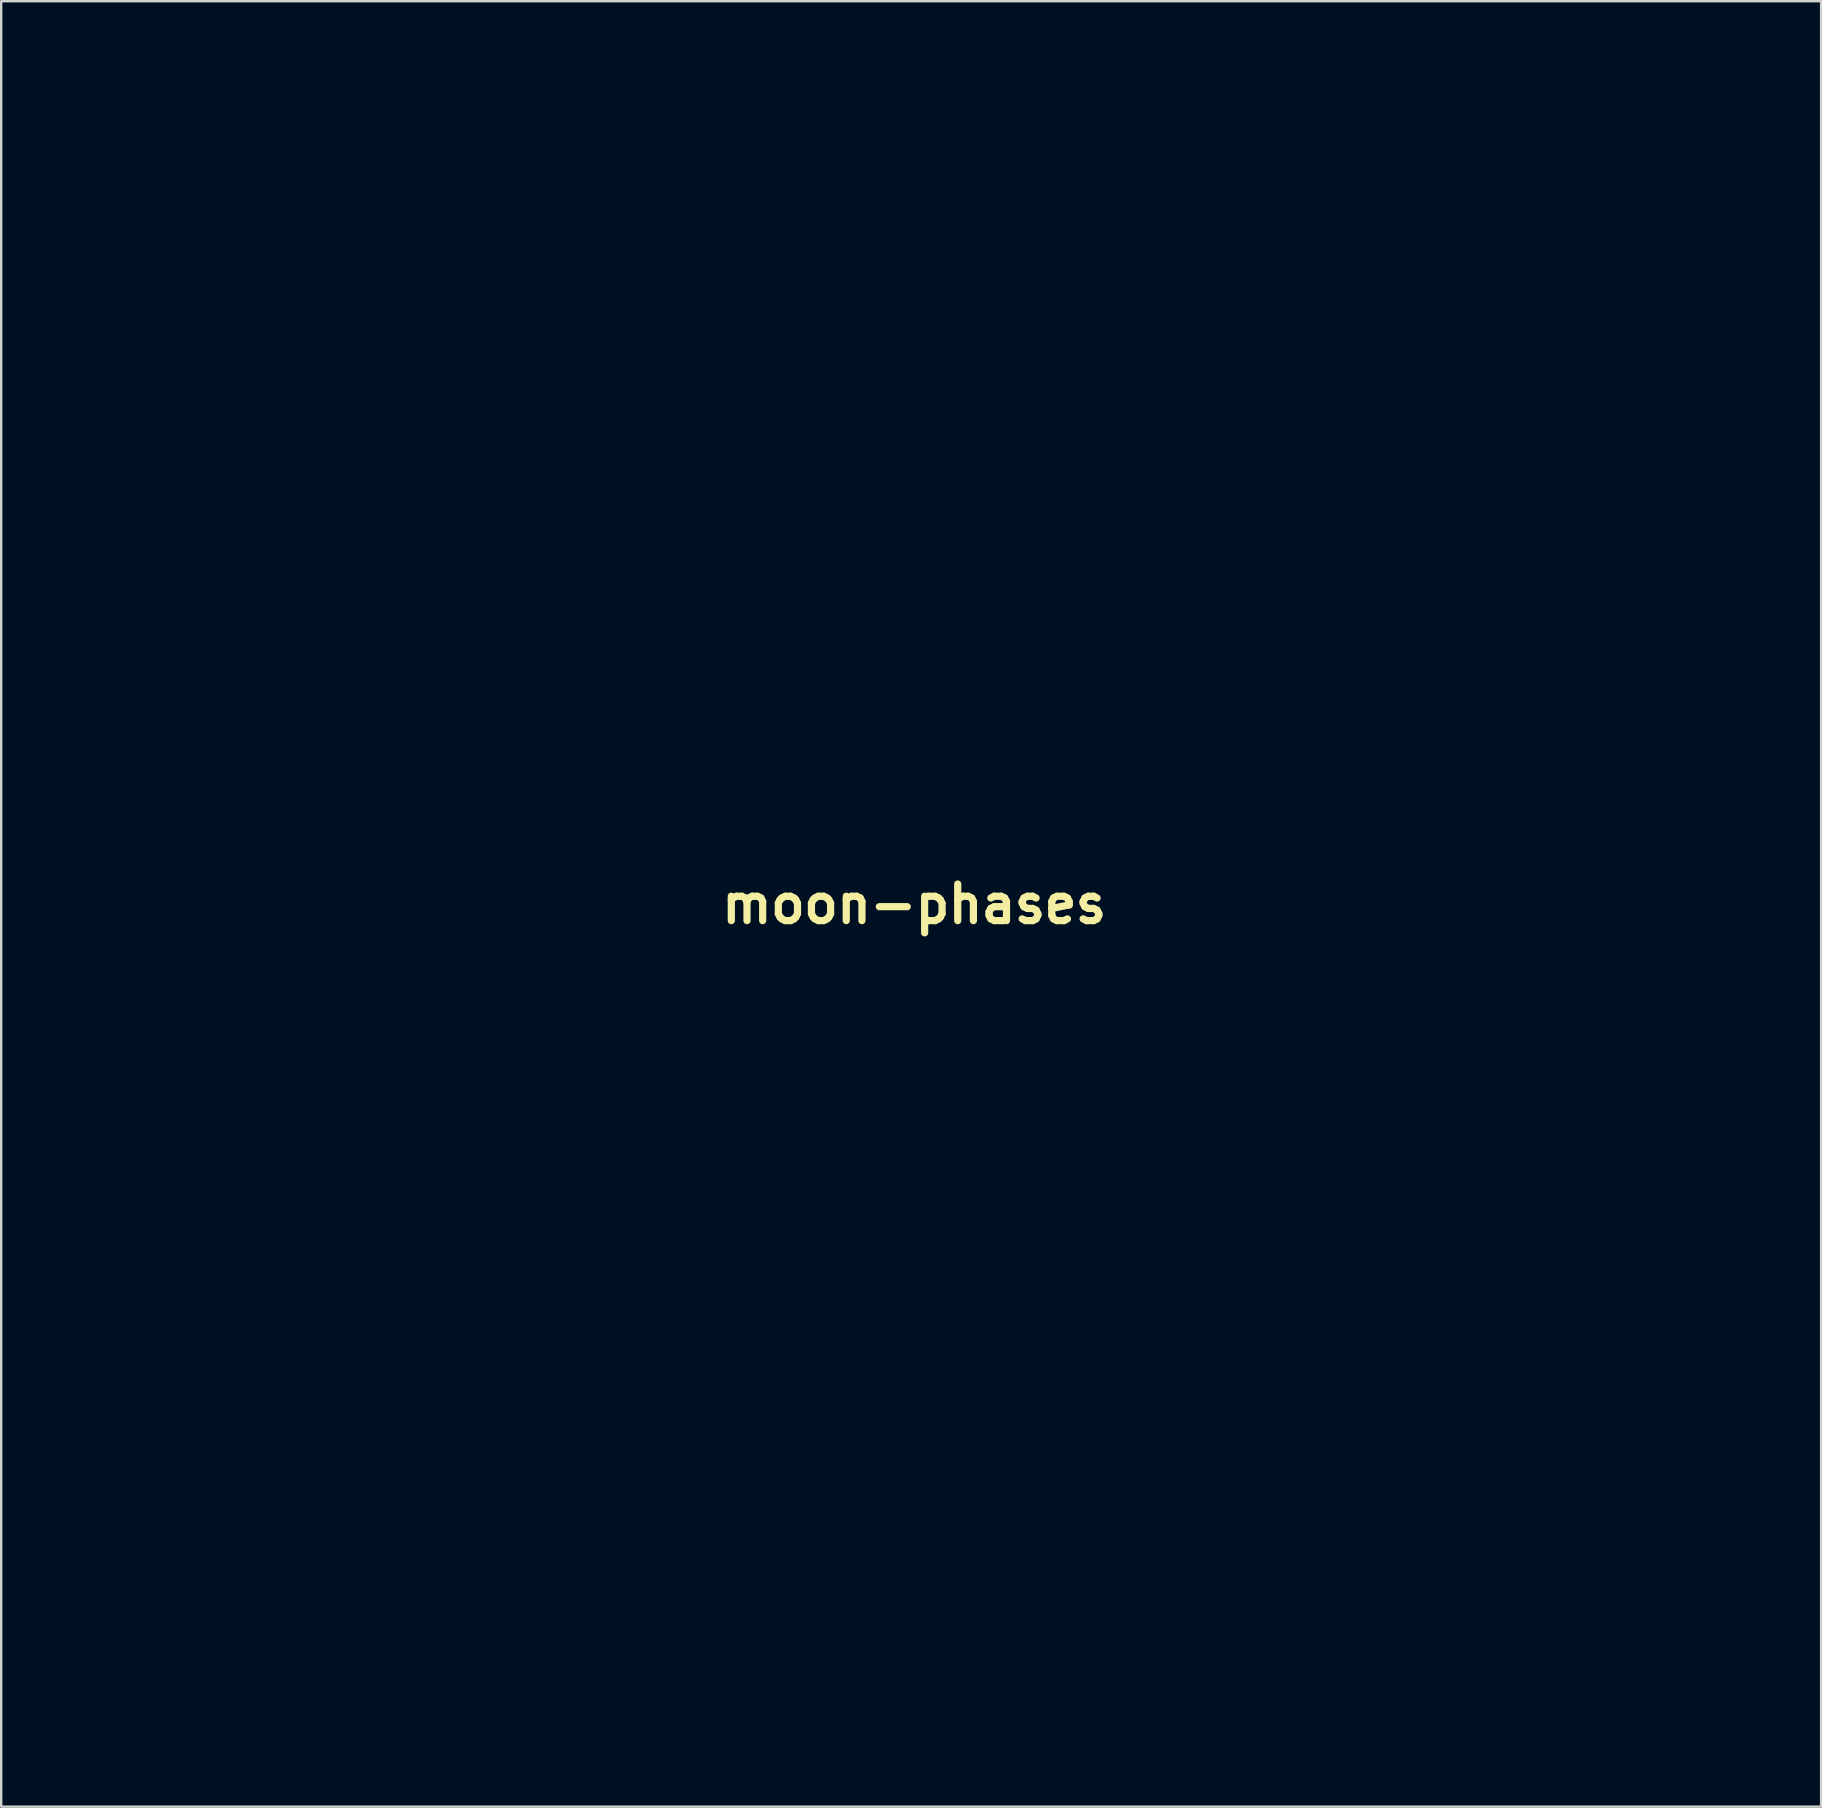
<source format=kicad_pcb>
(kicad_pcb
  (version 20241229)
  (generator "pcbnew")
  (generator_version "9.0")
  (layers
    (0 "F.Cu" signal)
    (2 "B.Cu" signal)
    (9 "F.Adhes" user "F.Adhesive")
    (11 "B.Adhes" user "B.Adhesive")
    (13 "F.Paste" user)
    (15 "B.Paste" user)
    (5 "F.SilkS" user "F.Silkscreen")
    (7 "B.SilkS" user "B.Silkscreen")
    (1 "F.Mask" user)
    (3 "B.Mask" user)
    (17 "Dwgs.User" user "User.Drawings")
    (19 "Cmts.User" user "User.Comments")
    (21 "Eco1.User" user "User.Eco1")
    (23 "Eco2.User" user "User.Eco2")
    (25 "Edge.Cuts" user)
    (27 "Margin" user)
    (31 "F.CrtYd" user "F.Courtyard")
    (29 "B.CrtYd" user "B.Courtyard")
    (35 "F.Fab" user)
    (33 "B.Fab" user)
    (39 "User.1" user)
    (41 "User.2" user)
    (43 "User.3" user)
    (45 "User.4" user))
  (footprint "moon-phases"
    (layer "F.Cu")
    (at 35.043 34.622)
    (property "Reference" "moon-phases" (at 0 0 0) (layer "F.SilkS") (effects (font (size 1.524 1.524) (thickness 0.3))))
    (attr through_hole)
    (fp_poly (pts (xy 1.001 -34.494) (xy 1.852 -34.223) (xy 2.662 -33.806) (xy 3.411 -33.241) (xy 3.643 -33.022) (xy 4.257 -32.295) (xy 4.724 -31.503) (xy 5.042 -30.664) (xy 5.214 -29.795) (xy 5.237 -28.914) (xy 5.113 -28.038) (xy 4.842 -27.186) (xy 4.422 -26.374) (xy 3.855 -25.621) (xy 3.64 -25.392) (xy 2.914 -24.778) (xy 2.108 -24.309) (xy 1.24 -23.988) (xy 0.328 -23.822) (xy -0.612 -23.814) (xy -1.355 -23.923) (xy -2.176 -24.181) (xy -2.967 -24.589) (xy -3.695 -25.127) (xy -3.978 -25.392) (xy -4.593 -26.122) (xy -5.06 -26.917) (xy -5.38 -27.758) (xy -5.552 -28.628) (xy -5.576 -29.51) (xy -5.453 -30.384) (xy -5.182 -31.235) (xy -4.763 -32.045) (xy -4.197 -32.794) (xy -3.981 -33.022) (xy -3.255 -33.635) (xy -2.463 -34.102) (xy -1.624 -34.421) (xy -0.755 -34.592) (xy 0.126 -34.617) (xy 1.001 -34.494)) (stroke (width 0.01) (type solid)) (fill no) (layer "Eco2.User"))
    (fp_poly (pts (xy -28.715 -5.42) (xy -27.844 -5.187) (xy -27.033 -4.816) (xy -26.296 -4.322) (xy -25.649 -3.718) (xy -25.105 -3.019) (xy -24.678 -2.239) (xy -24.383 -1.393) (xy -24.233 -0.493) (xy -24.218 -0.085) (xy -24.297 0.84) (xy -24.526 1.709) (xy -24.89 2.513) (xy -25.374 3.238) (xy -25.965 3.874) (xy -26.649 4.409) (xy -27.41 4.832) (xy -28.235 5.132) (xy -29.109 5.296) (xy -30.018 5.314) (xy -30.542 5.241) (xy -29.464 5.241) (xy -29.02 5.196) (xy -28.664 5.143) (xy -28.272 5.064) (xy -28.109 5.023) (xy -27.356 4.734) (xy -26.641 4.299) (xy -25.986 3.743) (xy -25.415 3.087) (xy -24.953 2.355) (xy -24.631 1.598) (xy -24.539 1.29) (xy -24.479 1) (xy -24.444 0.679) (xy -24.429 0.275) (xy -24.426 -0.085) (xy -24.455 -0.834) (xy -24.55 -1.472) (xy -24.724 -2.046) (xy -24.992 -2.605) (xy -25.229 -2.995) (xy -25.813 -3.746) (xy -26.494 -4.366) (xy -27.26 -4.847) (xy -28.097 -5.182) (xy -28.992 -5.362) (xy -29.02 -5.365) (xy -29.464 -5.411) (xy -29.464 5.241) (xy -30.542 5.241) (xy -30.819 5.203) (xy -31.649 4.942) (xy -32.432 4.534) (xy -33.147 3.999) (xy -33.776 3.358) (xy -34.297 2.631) (xy -34.691 1.838) (xy -34.926 1.058) (xy -35.038 0.131) (xy -34.994 -0.772) (xy -34.804 -1.638) (xy -34.482 -2.452) (xy -34.037 -3.201) (xy -33.482 -3.868) (xy -32.829 -4.441) (xy -32.088 -4.905) (xy -31.271 -5.245) (xy -30.391 -5.447) (xy -29.633 -5.5) (xy -28.715 -5.42)) (stroke (width 0.01) (type solid)) (fill no) (layer "Eco2.User"))
    (fp_poly (pts (xy 1.509 23.926) (xy 2.36 24.197) (xy 3.17 24.614) (xy 3.919 25.179) (xy 4.151 25.398) (xy 4.764 26.124) (xy 5.23 26.916) (xy 5.549 27.755) (xy 5.721 28.624) (xy 5.745 29.505) (xy 5.622 30.38) (xy 5.352 31.231) (xy 4.934 32.041) (xy 4.369 32.791) (xy 4.151 33.022) (xy 3.416 33.641) (xy 2.606 34.113) (xy 1.734 34.434) (xy 0.819 34.6) (xy -0.124 34.604) (xy -0.847 34.498) (xy -1.628 34.252) (xy -2.397 33.863) (xy -3.112 33.352) (xy -3.473 33.022) (xy -4.087 32.296) (xy -4.553 31.504) (xy -4.872 30.665) (xy -5.044 29.796) (xy -5.06 29.21) (xy -4.908 29.21) (xy -4.826 30.089) (xy -4.59 30.944) (xy -4.214 31.752) (xy -3.712 32.488) (xy -3.1 33.131) (xy -2.391 33.656) (xy -2.027 33.857) (xy -1.151 34.214) (xy -0.29 34.407) (xy 0.576 34.441) (xy 1.397 34.332) (xy 2.261 34.068) (xy 3.061 33.657) (xy 3.781 33.119) (xy 4.402 32.469) (xy 4.908 31.727) (xy 5.282 30.908) (xy 5.461 30.268) (xy 5.567 29.368) (xy 5.514 28.477) (xy 5.313 27.615) (xy 4.972 26.802) (xy 4.502 26.057) (xy 3.911 25.4) (xy 3.209 24.851) (xy 2.704 24.564) (xy 1.805 24.201) (xy 0.916 24.007) (xy 0.031 23.981) (xy -0.856 24.124) (xy -1.751 24.436) (xy -2.027 24.564) (xy -2.776 25.025) (xy -3.435 25.614) (xy -3.99 26.308) (xy -4.427 27.085) (xy -4.732 27.92) (xy -4.889 28.79) (xy -4.908 29.21) (xy -5.06 29.21) (xy -5.068 28.915) (xy -4.945 28.04) (xy -4.675 27.189) (xy -4.257 26.379) (xy -3.692 25.629) (xy -3.473 25.398) (xy -2.747 24.785) (xy -1.955 24.318) (xy -1.116 23.999) (xy -0.247 23.828) (xy 0.634 23.803) (xy 1.509 23.926)) (stroke (width 0.01) (type solid)) (fill no) (layer "Eco2.User"))
    (fp_poly (pts (xy 30.55 -4.945) (xy 31.401 -4.675) (xy 32.21 -4.257) (xy 32.96 -3.692) (xy 33.191 -3.473) (xy 33.806 -2.747) (xy 34.272 -1.955) (xy 34.591 -1.115) (xy 34.762 -0.246) (xy 34.786 0.635) (xy 34.662 1.511) (xy 34.39 2.363) (xy 33.971 3.175) (xy 33.404 3.928) (xy 33.188 4.157) (xy 32.462 4.77) (xy 31.657 5.24) (xy 30.789 5.561) (xy 29.875 5.727) (xy 28.934 5.734) (xy 28.194 5.626) (xy 27.412 5.381) (xy 26.644 4.992) (xy 25.929 4.48) (xy 25.567 4.151) (xy 24.954 3.424) (xy 24.488 2.633) (xy 24.169 1.793) (xy 23.997 0.924) (xy 23.973 0.043) (xy 23.975 0.027) (xy 24.14 0.027) (xy 24.16 0.899) (xy 24.329 1.759) (xy 24.645 2.588) (xy 25.11 3.367) (xy 25.527 3.876) (xy 26.139 4.464) (xy 26.768 4.914) (xy 27.454 5.254) (xy 27.578 5.302) (xy 27.96 5.425) (xy 28.386 5.531) (xy 28.801 5.607) (xy 29.146 5.643) (xy 29.295 5.64) (xy 29.321 5.622) (xy 29.343 5.565) (xy 29.362 5.456) (xy 29.378 5.284) (xy 29.39 5.038) (xy 29.4 4.704) (xy 29.408 4.272) (xy 29.414 3.728) (xy 29.418 3.062) (xy 29.42 2.261) (xy 29.421 1.313) (xy 29.422 0.338) (xy 29.422 -4.953) (xy 28.914 -4.925) (xy 28.4 -4.851) (xy 27.82 -4.692) (xy 27.238 -4.472) (xy 26.719 -4.213) (xy 26.561 -4.115) (xy 26.273 -3.897) (xy 25.937 -3.605) (xy 25.615 -3.292) (xy 25.542 -3.215) (xy 24.969 -2.479) (xy 24.545 -1.681) (xy 24.269 -0.84) (xy 24.14 0.027) (xy 23.975 0.027) (xy 24.096 -0.832) (xy 24.366 -1.683) (xy 24.784 -2.492) (xy 25.349 -3.242) (xy 25.567 -3.473) (xy 26.294 -4.087) (xy 27.085 -4.553) (xy 27.925 -4.872) (xy 28.794 -5.044) (xy 29.675 -5.068) (xy 30.55 -4.945)) (stroke (width 0.01) (type solid)) (fill no) (layer "Eco2.User"))
    (fp_poly (pts (xy -20.166 -25.604) (xy -19.315 -25.333) (xy -18.505 -24.916) (xy -17.755 -24.351) (xy -17.524 -24.132) (xy -16.911 -23.406) (xy -16.444 -22.614) (xy -16.125 -21.775) (xy -15.954 -20.906) (xy -15.929 -20.025) (xy -16.052 -19.15) (xy -16.323 -18.299) (xy -16.74 -17.489) (xy -17.305 -16.739) (xy -17.524 -16.508) (xy -18.258 -15.889) (xy -19.069 -15.417) (xy -19.94 -15.096) (xy -20.856 -14.93) (xy -21.799 -14.926) (xy -22.521 -15.032) (xy -23.303 -15.278) (xy -24.072 -15.667) (xy -24.787 -16.178) (xy -25.148 -16.508) (xy -25.761 -17.234) (xy -26.228 -18.026) (xy -26.547 -18.865) (xy -26.718 -19.734) (xy -26.743 -20.615) (xy -26.62 -21.49) (xy -26.349 -22.341) (xy -25.932 -23.151) (xy -25.367 -23.901) (xy -25.148 -24.132) (xy -24.422 -24.745) (xy -23.63 -25.212) (xy -22.791 -25.531) (xy -22.596 -25.569) (xy -20.945 -25.569) (xy -20.669 -25.3) (xy -20.258 -24.789) (xy -19.916 -24.133) (xy -19.646 -23.341) (xy -19.451 -22.426) (xy -19.333 -21.395) (xy -19.296 -20.32) (xy -19.338 -19.191) (xy -19.46 -18.163) (xy -19.661 -17.25) (xy -19.936 -16.46) (xy -20.284 -15.805) (xy -20.665 -15.332) (xy -20.926 -15.071) (xy -20.67 -15.071) (xy -20.467 -15.096) (xy -20.164 -15.164) (xy -19.819 -15.26) (xy -19.753 -15.28) (xy -18.961 -15.614) (xy -18.226 -16.086) (xy -17.569 -16.671) (xy -17.009 -17.349) (xy -16.568 -18.095) (xy -16.266 -18.886) (xy -16.179 -19.258) (xy -16.092 -20.151) (xy -16.149 -21.057) (xy -16.343 -21.935) (xy -16.669 -22.744) (xy -16.698 -22.801) (xy -16.999 -23.27) (xy -17.406 -23.768) (xy -17.874 -24.246) (xy -18.356 -24.656) (xy -18.574 -24.809) (xy -18.94 -25.016) (xy -19.378 -25.214) (xy -19.837 -25.384) (xy -20.266 -25.508) (xy -20.614 -25.567) (xy -20.679 -25.569) (xy -20.945 -25.569) (xy -22.596 -25.569) (xy -21.922 -25.702) (xy -21.041 -25.727) (xy -20.166 -25.604)) (stroke (width 0.01) (type solid)) (fill no) (layer "Eco2.User"))
    (fp_poly (pts (xy 22.506 -24.588) (xy 23.357 -24.317) (xy 24.167 -23.9) (xy 24.917 -23.335) (xy 25.148 -23.116) (xy 25.761 -22.39) (xy 26.228 -21.598) (xy 26.547 -20.759) (xy 26.718 -19.89) (xy 26.743 -19.009) (xy 26.62 -18.134) (xy 26.349 -17.283) (xy 25.932 -16.473) (xy 25.367 -15.723) (xy 25.148 -15.492) (xy 24.414 -14.873) (xy 23.603 -14.401) (xy 22.732 -14.08) (xy 21.816 -13.914) (xy 20.873 -13.91) (xy 20.151 -14.016) (xy 19.369 -14.262) (xy 18.6 -14.651) (xy 17.885 -15.162) (xy 17.524 -15.492) (xy 16.911 -16.218) (xy 16.444 -17.01) (xy 16.125 -17.849) (xy 15.954 -18.718) (xy 15.941 -19.17) (xy 16.093 -19.17) (xy 16.188 -18.276) (xy 16.43 -17.413) (xy 16.816 -16.608) (xy 16.967 -16.372) (xy 17.291 -15.959) (xy 17.709 -15.522) (xy 18.162 -15.116) (xy 18.535 -14.837) (xy 18.881 -14.638) (xy 19.304 -14.443) (xy 19.753 -14.27) (xy 20.178 -14.137) (xy 20.529 -14.065) (xy 20.644 -14.056) (xy 20.926 -14.055) (xy 20.665 -14.316) (xy 20.253 -14.837) (xy 19.911 -15.503) (xy 19.642 -16.303) (xy 19.447 -17.226) (xy 19.331 -18.262) (xy 19.296 -19.304) (xy 19.337 -20.433) (xy 19.459 -21.458) (xy 19.658 -22.368) (xy 19.932 -23.153) (xy 20.277 -23.802) (xy 20.669 -24.284) (xy 20.945 -24.553) (xy 20.679 -24.553) (xy 20.359 -24.513) (xy 19.945 -24.403) (xy 19.488 -24.242) (xy 19.04 -24.049) (xy 18.652 -23.843) (xy 18.574 -23.793) (xy 18.099 -23.432) (xy 17.619 -22.98) (xy 17.179 -22.485) (xy 16.823 -21.997) (xy 16.698 -21.785) (xy 16.347 -20.949) (xy 16.146 -20.069) (xy 16.093 -19.17) (xy 15.941 -19.17) (xy 15.929 -19.599) (xy 16.052 -20.474) (xy 16.323 -21.325) (xy 16.74 -22.135) (xy 17.305 -22.885) (xy 17.524 -23.116) (xy 18.25 -23.729) (xy 19.042 -24.196) (xy 19.881 -24.515) (xy 20.75 -24.686) (xy 21.631 -24.711) (xy 22.506 -24.588)) (stroke (width 0.01) (type solid)) (fill no) (layer "Eco2.User"))
    (fp_poly (pts (xy -18.979 14.731) (xy -18.107 14.964) (xy -17.296 15.334) (xy -16.56 15.829) (xy -15.912 16.432) (xy -15.368 17.131) (xy -14.941 17.911) (xy -14.646 18.758) (xy -14.497 19.657) (xy -14.481 20.066) (xy -14.562 20.985) (xy -14.794 21.858) (xy -15.164 22.668) (xy -15.658 23.404) (xy -16.261 24.05) (xy -16.96 24.593) (xy -17.739 25.018) (xy -18.586 25.312) (xy -19.485 25.461) (xy -19.939 25.476) (xy -20.352 25.454) (xy -20.798 25.403) (xy -21.082 25.353) (xy -21.939 25.085) (xy -22.731 24.674) (xy -23.443 24.136) (xy -24.061 23.491) (xy -24.571 22.755) (xy -24.959 21.946) (xy -25.21 21.082) (xy -25.311 20.181) (xy -25.312 20.066) (xy -25.308 20.012) (xy -21.047 20.012) (xy -21.042 20.759) (xy -21.025 21.475) (xy -20.996 22.127) (xy -20.956 22.681) (xy -20.903 23.105) (xy -20.894 23.157) (xy -20.737 23.891) (xy -20.569 24.488) (xy -20.392 24.941) (xy -20.211 25.243) (xy -20.028 25.386) (xy -19.957 25.397) (xy -19.827 25.386) (xy -19.58 25.358) (xy -19.268 25.319) (xy -19.239 25.315) (xy -18.368 25.119) (xy -17.547 24.773) (xy -16.796 24.295) (xy -16.131 23.701) (xy -15.571 23.006) (xy -15.132 22.229) (xy -14.834 21.384) (xy -14.78 21.149) (xy -14.678 20.505) (xy -14.657 19.924) (xy -14.718 19.322) (xy -14.78 18.983) (xy -15.007 18.178) (xy -15.353 17.458) (xy -15.838 16.785) (xy -16.211 16.382) (xy -16.855 15.807) (xy -17.501 15.377) (xy -18.19 15.072) (xy -18.961 14.872) (xy -19.313 14.815) (xy -19.655 14.771) (xy -19.874 14.757) (xy -20.015 14.778) (xy -20.121 14.838) (xy -20.205 14.912) (xy -20.369 15.147) (xy -20.533 15.537) (xy -20.693 16.07) (xy -20.845 16.73) (xy -20.892 16.975) (xy -20.947 17.379) (xy -20.99 17.918) (xy -21.021 18.558) (xy -21.04 19.268) (xy -21.047 20.012) (xy -25.308 20.012) (xy -25.232 19.148) (xy -24.999 18.276) (xy -24.628 17.465) (xy -24.134 16.729) (xy -23.53 16.082) (xy -22.831 15.538) (xy -22.051 15.111) (xy -21.205 14.816) (xy -20.305 14.666) (xy -19.897 14.65) (xy -18.979 14.731)) (stroke (width 0.01) (type solid)) (fill no) (layer "Eco2.User"))
    (fp_poly (pts (xy 21.152 14.698) (xy 22.003 14.968) (xy 22.812 15.386) (xy 23.562 15.951) (xy 23.793 16.169) (xy 24.408 16.896) (xy 24.874 17.688) (xy 25.193 18.527) (xy 25.364 19.396) (xy 25.388 20.278) (xy 25.264 21.153) (xy 24.992 22.006) (xy 24.573 22.817) (xy 24.006 23.571) (xy 23.79 23.799) (xy 23.064 24.413) (xy 22.259 24.883) (xy 21.391 25.203) (xy 20.477 25.37) (xy 19.536 25.377) (xy 18.796 25.269) (xy 18.014 25.024) (xy 17.246 24.634) (xy 16.531 24.123) (xy 16.169 23.793) (xy 15.556 23.067) (xy 15.09 22.275) (xy 14.771 21.436) (xy 14.599 20.567) (xy 14.583 19.981) (xy 14.732 19.981) (xy 14.781 20.586) (xy 14.914 21.25) (xy 15.115 21.899) (xy 15.297 22.328) (xy 15.735 23.047) (xy 16.3 23.699) (xy 16.965 24.264) (xy 17.7 24.721) (xy 18.479 25.049) (xy 19.249 25.226) (xy 19.644 25.275) (xy 19.91 25.295) (xy 20.082 25.283) (xy 20.199 25.235) (xy 20.299 25.149) (xy 20.319 25.128) (xy 20.465 24.896) (xy 20.617 24.516) (xy 20.769 24.011) (xy 20.913 23.4) (xy 20.979 23.073) (xy 21.033 22.672) (xy 21.076 22.136) (xy 21.106 21.498) (xy 21.125 20.79) (xy 21.132 20.046) (xy 21.126 19.298) (xy 21.109 18.581) (xy 21.08 17.928) (xy 21.039 17.371) (xy 20.986 16.943) (xy 20.977 16.89) (xy 20.829 16.19) (xy 20.672 15.614) (xy 20.508 15.175) (xy 20.343 14.887) (xy 20.289 14.828) (xy 20.18 14.735) (xy 20.069 14.685) (xy 19.914 14.673) (xy 19.668 14.695) (xy 19.397 14.731) (xy 18.581 14.893) (xy 17.864 15.152) (xy 17.205 15.528) (xy 16.564 16.04) (xy 16.296 16.297) (xy 15.901 16.715) (xy 15.608 17.089) (xy 15.377 17.472) (xy 15.306 17.611) (xy 15.06 18.22) (xy 14.871 18.892) (xy 14.758 19.555) (xy 14.732 19.981) (xy 14.583 19.981) (xy 14.575 19.686) (xy 14.698 18.811) (xy 14.968 17.96) (xy 15.386 17.15) (xy 15.951 16.401) (xy 16.169 16.169) (xy 16.896 15.556) (xy 17.687 15.09) (xy 18.527 14.771) (xy 19.396 14.599) (xy 20.277 14.575) (xy 21.152 14.698)) (stroke (width 0.01) (type solid)) (fill no) (layer "Eco2.User")))
  (gr_rect
    (start -3 -3)
    (end 72.834 72.231)
    (stroke (width 0.1) (type default))
    (fill no)
    (layer "Edge.Cuts")))
</source>
